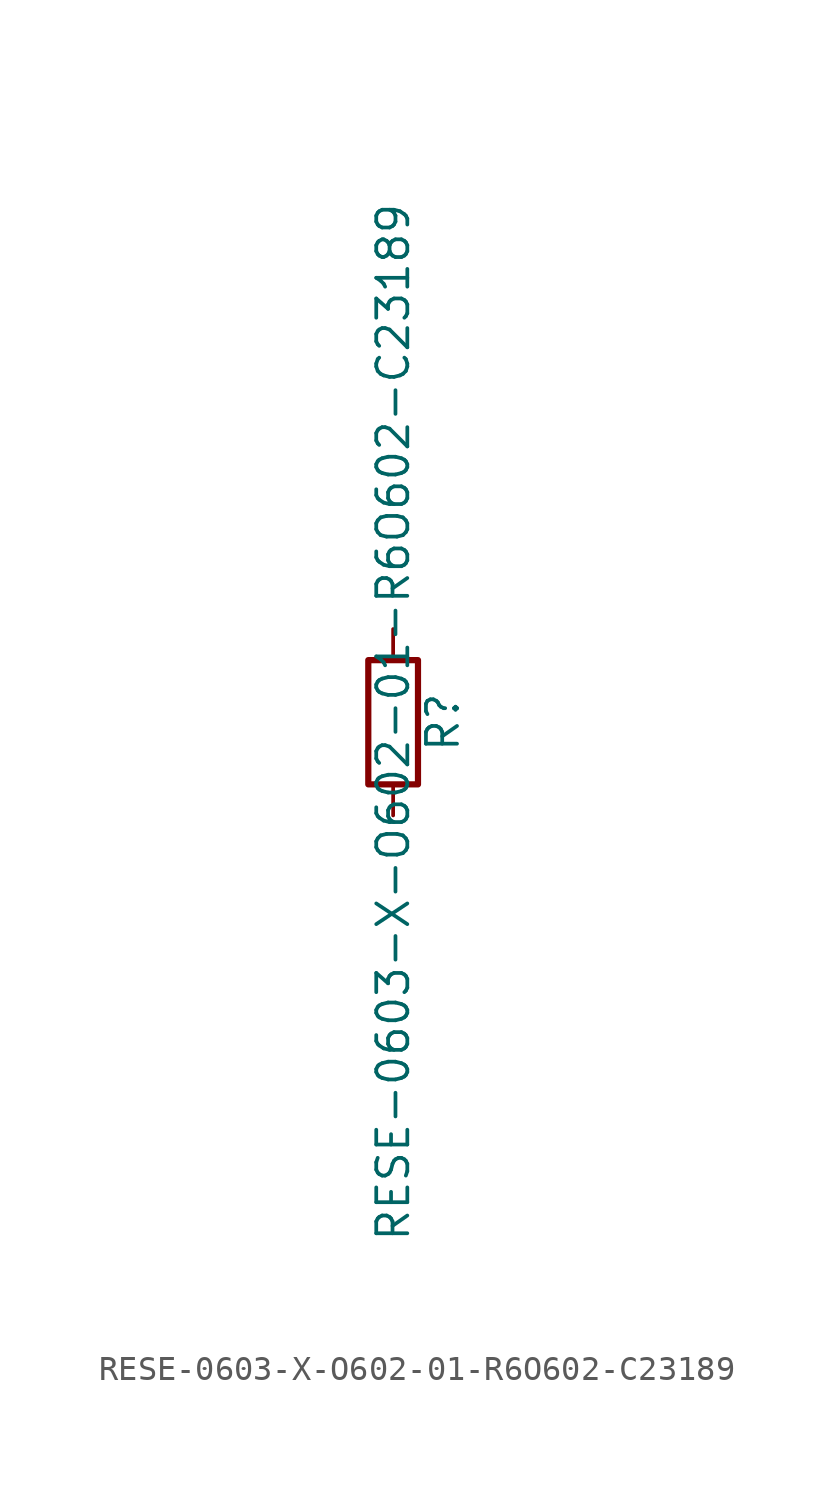
<source format=kicad_sym>
(kicad_symbol_lib
  (version 20211014)
  (generator kicad_symbol_editor)
  (symbol "RESE-0603-X-O602-01-R6O602-C23189"
    (pin_numbers hide)
    (pin_names
      (offset 0))
    (property "Reference" "R"
      (at 2.032 0 90)
      (effects (font (size 1.27 1.27))))
    (property "Value" "RESE-0603-X-O602-01-R6O602-C23189"
      (at 0 0 90)
      (effects (font (size 1.27 1.27))))
    (symbol "RESE-0603-X-O602-01-R6O602-C23189_0_1"
      (rectangle (start -1.016 -2.54) (end 1.016 2.54) (stroke (width 0.254) (type default) (color 0 0 0 0)) (fill (type none))))
    (symbol "RESE-0603-X-O602-01-R6O602-C23189_1_1"
      (pin passive line (at 0 3.81 270) (length 1.27) (name "~" (effects (font (size 1.27 1.27)))) (number "1" (effects (font (size 1.27 1.27)))))
      (pin passive line (at 0 -3.81 90) (length 1.27) (name "~" (effects (font (size 1.27 1.27)))) (number "2" (effects (font (size 1.27 1.27))))))))
</source>
